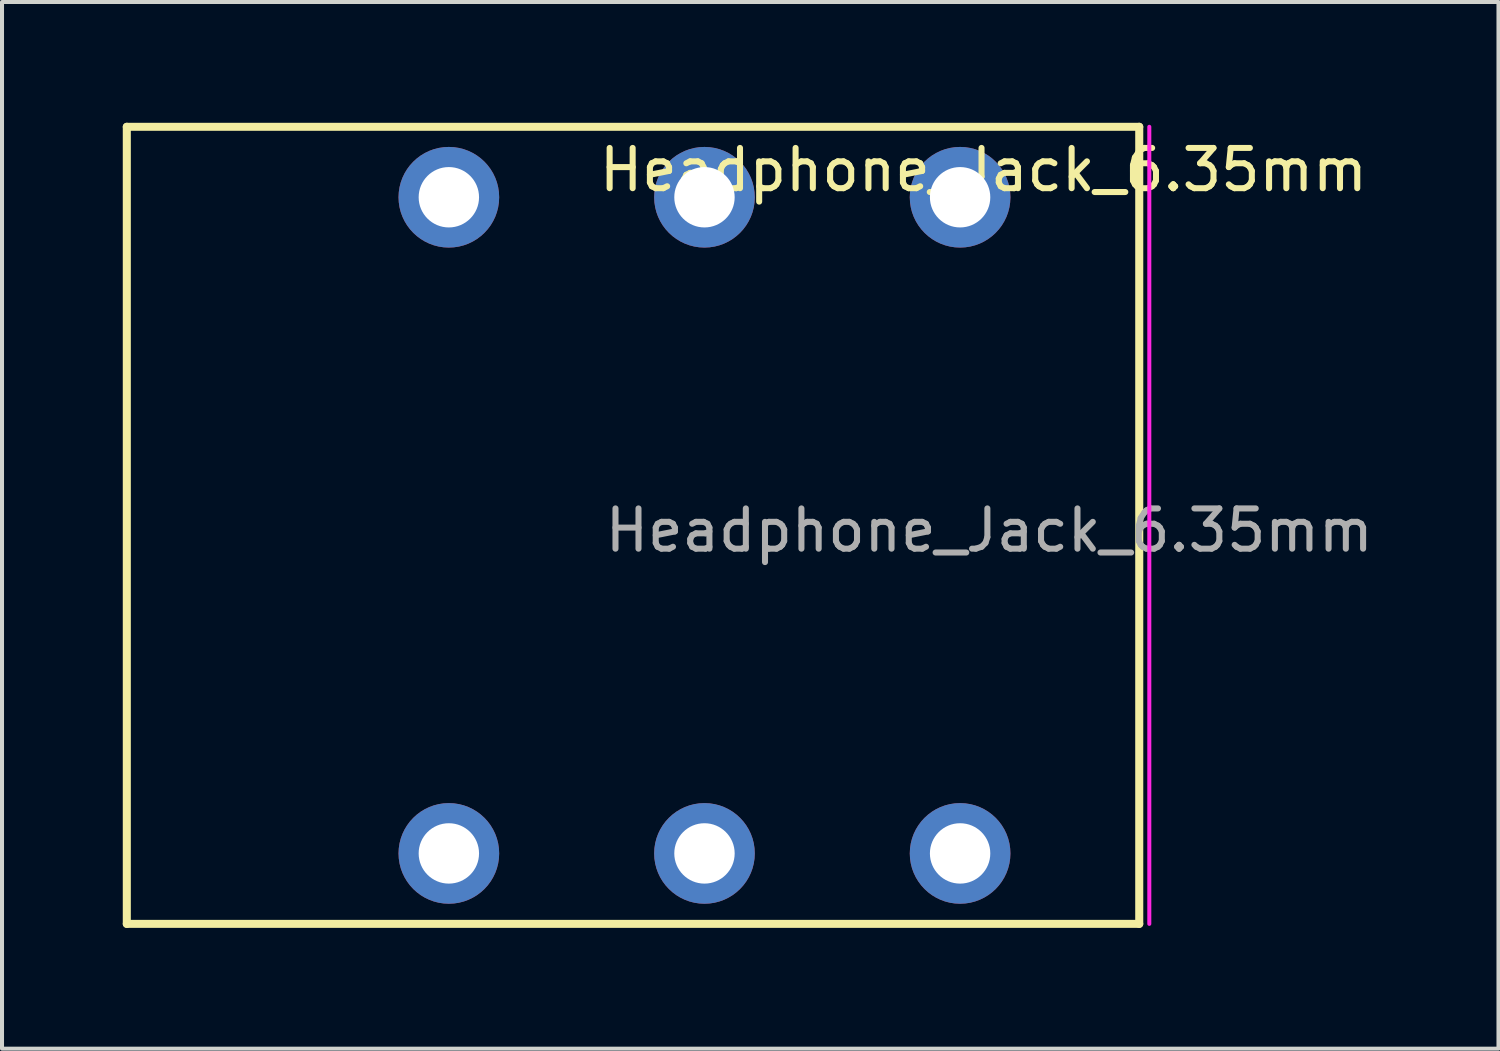
<source format=kicad_pcb>
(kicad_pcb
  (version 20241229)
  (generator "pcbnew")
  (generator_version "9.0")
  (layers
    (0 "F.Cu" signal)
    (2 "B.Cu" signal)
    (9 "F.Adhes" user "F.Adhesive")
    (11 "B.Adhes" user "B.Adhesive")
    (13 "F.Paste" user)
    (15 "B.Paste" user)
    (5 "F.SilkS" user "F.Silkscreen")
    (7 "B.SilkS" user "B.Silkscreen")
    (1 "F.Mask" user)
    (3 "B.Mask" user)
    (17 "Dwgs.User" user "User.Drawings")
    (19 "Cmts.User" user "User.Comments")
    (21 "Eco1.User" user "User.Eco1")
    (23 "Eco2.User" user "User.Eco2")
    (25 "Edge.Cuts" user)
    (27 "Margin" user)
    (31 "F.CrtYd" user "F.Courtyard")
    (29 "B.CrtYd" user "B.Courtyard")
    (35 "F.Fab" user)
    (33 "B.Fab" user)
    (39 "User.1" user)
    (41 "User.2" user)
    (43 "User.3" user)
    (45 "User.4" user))
  (footprint "Headphone_Jack_6.35mm"
    (layer "F.Cu")
    (at 14.45 10)
    (property "Reference" "Headphone_Jack_6.35mm" (at 6.93 -8.83 180) (layer "F.SilkS") (effects (font (size 1 1) (thickness 0.15))))
    (attr through_hole)
    (fp_line (start -14.35 -9.9) (end -14.35 9.9) (stroke (width 0.2) (type solid)) (layer "F.SilkS"))
    (fp_line (start -14.35 -9.9) (end 10.8 -9.9) (stroke (width 0.2) (type solid)) (layer "F.SilkS"))
    (fp_line (start -14.35 9.9) (end 10.8 9.9) (stroke (width 0.2) (type solid)) (layer "F.SilkS"))
    (fp_line (start 10.8 -9.9) (end 10.8 9.9) (stroke (width 0.2) (type solid)) (layer "F.SilkS"))
    (fp_line (start 11.05 -9.9) (end 11.05 9.9) (stroke (width 0.1) (type solid)) (layer "F.CrtYd"))
    (fp_text user "${REFERENCE}" (at 7.075 0.125 180) (layer "F.Fab") (effects (font (size 1 1) (thickness 0.15))))
    (pad "R" thru_hole circle (at 0 -8.15) (size 2.5 2.5) (drill 1.5) (layers "*.Cu" "*.Mask"))
    (pad "RB" thru_hole circle (at 0 8.15) (size 2.5 2.5) (drill 1.5) (layers "*.Cu" "*.Mask"))
    (pad "S" thru_hole circle (at 6.35 -8.15) (size 2.5 2.5) (drill 1.5) (layers "*.Cu" "*.Mask"))
    (pad "SB" thru_hole circle (at 6.35 8.15) (size 2.5 2.5) (drill 1.5) (layers "*.Cu" "*.Mask"))
    (pad "T" thru_hole circle (at -6.35 -8.15) (size 2.5 2.5) (drill 1.5) (layers "*.Cu" "*.Mask"))
    (pad "TB" thru_hole circle (at -6.35 8.15) (size 2.5 2.5) (drill 1.5) (layers "*.Cu" "*.Mask")))
  (gr_rect
    (start -3 -3)
    (end 34.174 23)
    (stroke (width 0.1) (type default))
    (fill no)
    (layer "Edge.Cuts")))
</source>
